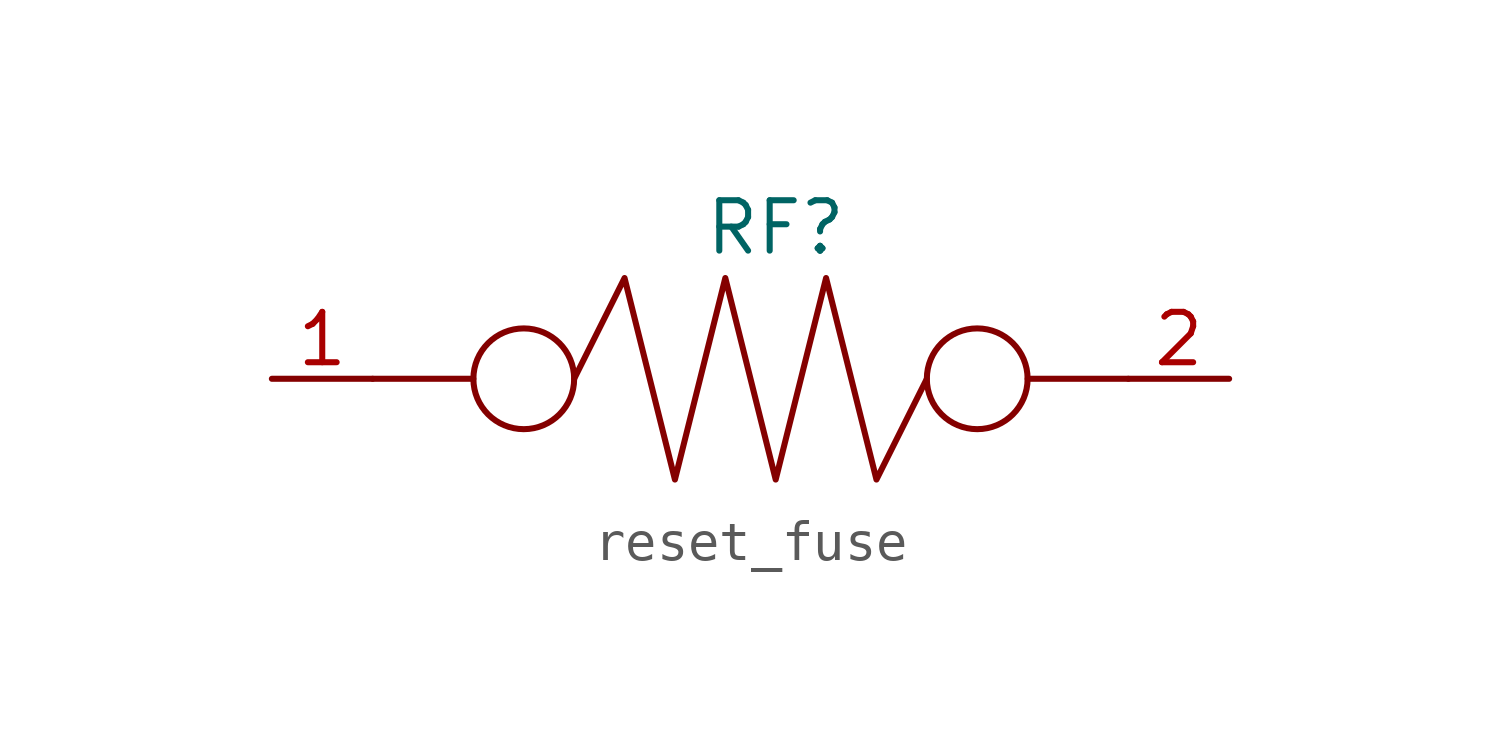
<source format=kicad_sym>
(kicad_symbol_lib
  (version 20241209)
  (generator "kicad_symbol_editor")
  (generator_version "9.0")
  (symbol "reset_fuse"
    (property "Reference" "RF"
      (at 0 3.81 0)
      (effects (font (size 1.27 1.27))))
    (property "Value" ""
      (at 0 0 0)
      (effects (font (size 1.27 1.27))))
    (symbol "reset_fuse_0_1"
      (polyline (pts (xy -10.16 0) (xy -7.62 0)) (stroke (width 0) (type default)) (fill (type none)))
      (circle (center -6.35 0) (radius 1.27) (stroke (width 0) (type default)) (fill (type none)))
      (polyline (pts (xy -5.08 0) (xy -3.81 2.54) (xy -2.54 -2.54) (xy -1.27 2.54) (xy 0 -2.54) (xy 1.27 2.54) (xy 2.54 -2.54) (xy 3.81 0)) (stroke (width 0) (type default)) (fill (type none)))
      (circle (center 5.08 0) (radius 1.27) (stroke (width 0) (type default)) (fill (type none)))
      (polyline (pts (xy 6.35 0) (xy 8.89 0)) (stroke (width 0) (type default)) (fill (type none))))
    (symbol "reset_fuse_1_1"
      (pin bidirectional line (at -12.7 0 0) (length 2.54) (name "" (effects (font (size 1.27 1.27)))) (number "1" (effects (font (size 1.27 1.27)))))
      (pin bidirectional line (at 11.43 0 180) (length 2.54) (name "" (effects (font (size 1.27 1.27)))) (number "2" (effects (font (size 1.27 1.27))))))))
</source>
